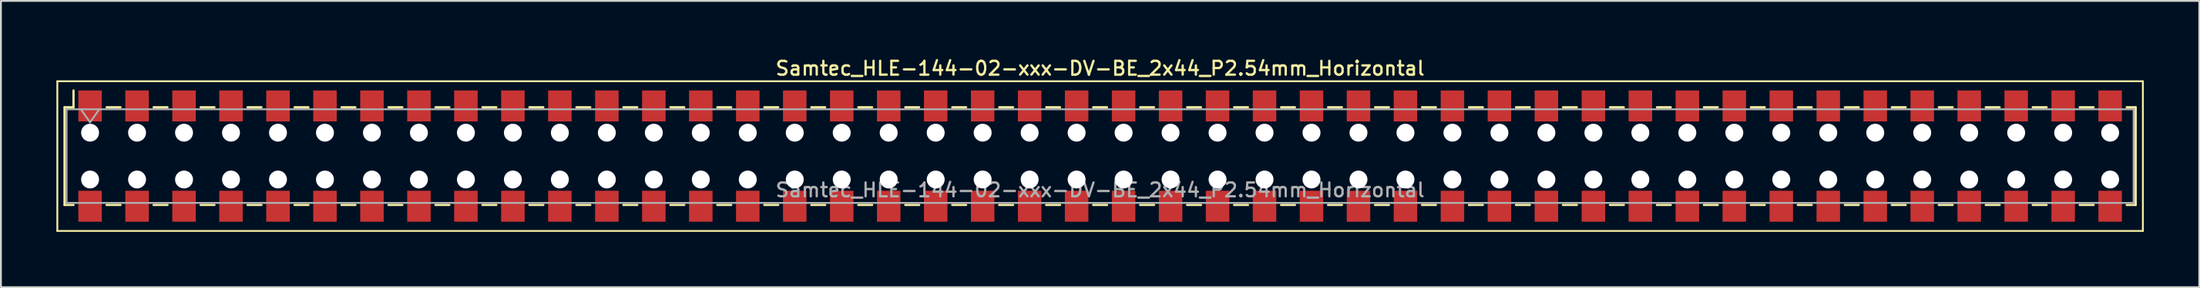
<source format=kicad_pcb>
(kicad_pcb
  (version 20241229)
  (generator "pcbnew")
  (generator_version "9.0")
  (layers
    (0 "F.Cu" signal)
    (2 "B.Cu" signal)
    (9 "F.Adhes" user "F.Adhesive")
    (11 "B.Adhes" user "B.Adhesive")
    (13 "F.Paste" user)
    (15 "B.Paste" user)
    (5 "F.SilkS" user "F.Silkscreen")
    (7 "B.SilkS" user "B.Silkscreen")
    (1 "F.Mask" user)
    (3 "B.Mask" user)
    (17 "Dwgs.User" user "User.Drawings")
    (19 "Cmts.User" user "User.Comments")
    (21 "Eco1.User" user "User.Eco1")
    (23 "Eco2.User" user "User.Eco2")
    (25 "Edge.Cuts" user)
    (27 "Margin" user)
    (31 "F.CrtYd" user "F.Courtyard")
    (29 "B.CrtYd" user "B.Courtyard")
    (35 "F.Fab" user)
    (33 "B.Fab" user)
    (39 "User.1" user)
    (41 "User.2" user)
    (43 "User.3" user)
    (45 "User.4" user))
  (footprint "Samtec_HLE-144-02-xxx-DV-BE_2x44_P2.54mm_Horizontal"
    (layer "F.Cu")
    (at 56.43 5.418)
    (property "Reference" "Samtec_HLE-144-02-xxx-DV-BE_2x44_P2.54mm_Horizontal" (at 0 -4.76 0) (layer "F.SilkS") (effects (font (size 0.75 0.75) (thickness 0.125))))
    (attr smd)
    (fp_line (start -56.38 -4.06) (end 56.38 -4.06) (stroke (width 0.1) (type solid)) (layer "F.SilkS"))
    (fp_line (start -56.38 4.06) (end -56.38 -4.06) (stroke (width 0.1) (type solid)) (layer "F.SilkS"))
    (fp_line (start -55.99 -2.65) (end -55.99 2.65) (stroke (width 0.12) (type solid)) (layer "F.SilkS"))
    (fp_line (start -55.99 2.65) (end -55.505 2.65) (stroke (width 0.12) (type solid)) (layer "F.SilkS"))
    (fp_line (start -55.505 -3.56) (end -55.505 -2.65) (stroke (width 0.12) (type solid)) (layer "F.SilkS"))
    (fp_line (start -55.505 -2.65) (end -55.99 -2.65) (stroke (width 0.12) (type solid)) (layer "F.SilkS"))
    (fp_line (start -53.715 -2.65) (end -52.965 -2.65) (stroke (width 0.12) (type solid)) (layer "F.SilkS"))
    (fp_line (start -53.715 2.65) (end -52.965 2.65) (stroke (width 0.12) (type solid)) (layer "F.SilkS"))
    (fp_line (start -51.175 -2.65) (end -50.425 -2.65) (stroke (width 0.12) (type solid)) (layer "F.SilkS"))
    (fp_line (start -51.175 2.65) (end -50.425 2.65) (stroke (width 0.12) (type solid)) (layer "F.SilkS"))
    (fp_line (start -48.635 -2.65) (end -47.885 -2.65) (stroke (width 0.12) (type solid)) (layer "F.SilkS"))
    (fp_line (start -48.635 2.65) (end -47.885 2.65) (stroke (width 0.12) (type solid)) (layer "F.SilkS"))
    (fp_line (start -46.095 -2.65) (end -45.345 -2.65) (stroke (width 0.12) (type solid)) (layer "F.SilkS"))
    (fp_line (start -46.095 2.65) (end -45.345 2.65) (stroke (width 0.12) (type solid)) (layer "F.SilkS"))
    (fp_line (start -43.555 -2.65) (end -42.805 -2.65) (stroke (width 0.12) (type solid)) (layer "F.SilkS"))
    (fp_line (start -43.555 2.65) (end -42.805 2.65) (stroke (width 0.12) (type solid)) (layer "F.SilkS"))
    (fp_line (start -41.015 -2.65) (end -40.265 -2.65) (stroke (width 0.12) (type solid)) (layer "F.SilkS"))
    (fp_line (start -41.015 2.65) (end -40.265 2.65) (stroke (width 0.12) (type solid)) (layer "F.SilkS"))
    (fp_line (start -38.475 -2.65) (end -37.725 -2.65) (stroke (width 0.12) (type solid)) (layer "F.SilkS"))
    (fp_line (start -38.475 2.65) (end -37.725 2.65) (stroke (width 0.12) (type solid)) (layer "F.SilkS"))
    (fp_line (start -35.935 -2.65) (end -35.185 -2.65) (stroke (width 0.12) (type solid)) (layer "F.SilkS"))
    (fp_line (start -35.935 2.65) (end -35.185 2.65) (stroke (width 0.12) (type solid)) (layer "F.SilkS"))
    (fp_line (start -33.395 -2.65) (end -32.645 -2.65) (stroke (width 0.12) (type solid)) (layer "F.SilkS"))
    (fp_line (start -33.395 2.65) (end -32.645 2.65) (stroke (width 0.12) (type solid)) (layer "F.SilkS"))
    (fp_line (start -30.855 -2.65) (end -30.105 -2.65) (stroke (width 0.12) (type solid)) (layer "F.SilkS"))
    (fp_line (start -30.855 2.65) (end -30.105 2.65) (stroke (width 0.12) (type solid)) (layer "F.SilkS"))
    (fp_line (start -28.315 -2.65) (end -27.565 -2.65) (stroke (width 0.12) (type solid)) (layer "F.SilkS"))
    (fp_line (start -28.315 2.65) (end -27.565 2.65) (stroke (width 0.12) (type solid)) (layer "F.SilkS"))
    (fp_line (start -25.775 -2.65) (end -25.025 -2.65) (stroke (width 0.12) (type solid)) (layer "F.SilkS"))
    (fp_line (start -25.775 2.65) (end -25.025 2.65) (stroke (width 0.12) (type solid)) (layer "F.SilkS"))
    (fp_line (start -23.235 -2.65) (end -22.485 -2.65) (stroke (width 0.12) (type solid)) (layer "F.SilkS"))
    (fp_line (start -23.235 2.65) (end -22.485 2.65) (stroke (width 0.12) (type solid)) (layer "F.SilkS"))
    (fp_line (start -20.695 -2.65) (end -19.945 -2.65) (stroke (width 0.12) (type solid)) (layer "F.SilkS"))
    (fp_line (start -20.695 2.65) (end -19.945 2.65) (stroke (width 0.12) (type solid)) (layer "F.SilkS"))
    (fp_line (start -18.155 -2.65) (end -17.405 -2.65) (stroke (width 0.12) (type solid)) (layer "F.SilkS"))
    (fp_line (start -18.155 2.65) (end -17.405 2.65) (stroke (width 0.12) (type solid)) (layer "F.SilkS"))
    (fp_line (start -15.615 -2.65) (end -14.865 -2.65) (stroke (width 0.12) (type solid)) (layer "F.SilkS"))
    (fp_line (start -15.615 2.65) (end -14.865 2.65) (stroke (width 0.12) (type solid)) (layer "F.SilkS"))
    (fp_line (start -13.075 -2.65) (end -12.325 -2.65) (stroke (width 0.12) (type solid)) (layer "F.SilkS"))
    (fp_line (start -13.075 2.65) (end -12.325 2.65) (stroke (width 0.12) (type solid)) (layer "F.SilkS"))
    (fp_line (start -10.535 -2.65) (end -9.785 -2.65) (stroke (width 0.12) (type solid)) (layer "F.SilkS"))
    (fp_line (start -10.535 2.65) (end -9.785 2.65) (stroke (width 0.12) (type solid)) (layer "F.SilkS"))
    (fp_line (start -7.995 -2.65) (end -7.245 -2.65) (stroke (width 0.12) (type solid)) (layer "F.SilkS"))
    (fp_line (start -7.995 2.65) (end -7.245 2.65) (stroke (width 0.12) (type solid)) (layer "F.SilkS"))
    (fp_line (start -5.455 -2.65) (end -4.705 -2.65) (stroke (width 0.12) (type solid)) (layer "F.SilkS"))
    (fp_line (start -5.455 2.65) (end -4.705 2.65) (stroke (width 0.12) (type solid)) (layer "F.SilkS"))
    (fp_line (start -2.915 -2.65) (end -2.165 -2.65) (stroke (width 0.12) (type solid)) (layer "F.SilkS"))
    (fp_line (start -2.915 2.65) (end -2.165 2.65) (stroke (width 0.12) (type solid)) (layer "F.SilkS"))
    (fp_line (start -0.375 -2.65) (end 0.375 -2.65) (stroke (width 0.12) (type solid)) (layer "F.SilkS"))
    (fp_line (start -0.375 2.65) (end 0.375 2.65) (stroke (width 0.12) (type solid)) (layer "F.SilkS"))
    (fp_line (start 2.165 -2.65) (end 2.915 -2.65) (stroke (width 0.12) (type solid)) (layer "F.SilkS"))
    (fp_line (start 2.165 2.65) (end 2.915 2.65) (stroke (width 0.12) (type solid)) (layer "F.SilkS"))
    (fp_line (start 4.705 -2.65) (end 5.455 -2.65) (stroke (width 0.12) (type solid)) (layer "F.SilkS"))
    (fp_line (start 4.705 2.65) (end 5.455 2.65) (stroke (width 0.12) (type solid)) (layer "F.SilkS"))
    (fp_line (start 7.245 -2.65) (end 7.995 -2.65) (stroke (width 0.12) (type solid)) (layer "F.SilkS"))
    (fp_line (start 7.245 2.65) (end 7.995 2.65) (stroke (width 0.12) (type solid)) (layer "F.SilkS"))
    (fp_line (start 9.785 -2.65) (end 10.535 -2.65) (stroke (width 0.12) (type solid)) (layer "F.SilkS"))
    (fp_line (start 9.785 2.65) (end 10.535 2.65) (stroke (width 0.12) (type solid)) (layer "F.SilkS"))
    (fp_line (start 12.325 -2.65) (end 13.075 -2.65) (stroke (width 0.12) (type solid)) (layer "F.SilkS"))
    (fp_line (start 12.325 2.65) (end 13.075 2.65) (stroke (width 0.12) (type solid)) (layer "F.SilkS"))
    (fp_line (start 14.865 -2.65) (end 15.615 -2.65) (stroke (width 0.12) (type solid)) (layer "F.SilkS"))
    (fp_line (start 14.865 2.65) (end 15.615 2.65) (stroke (width 0.12) (type solid)) (layer "F.SilkS"))
    (fp_line (start 17.405 -2.65) (end 18.155 -2.65) (stroke (width 0.12) (type solid)) (layer "F.SilkS"))
    (fp_line (start 17.405 2.65) (end 18.155 2.65) (stroke (width 0.12) (type solid)) (layer "F.SilkS"))
    (fp_line (start 19.945 -2.65) (end 20.695 -2.65) (stroke (width 0.12) (type solid)) (layer "F.SilkS"))
    (fp_line (start 19.945 2.65) (end 20.695 2.65) (stroke (width 0.12) (type solid)) (layer "F.SilkS"))
    (fp_line (start 22.485 -2.65) (end 23.235 -2.65) (stroke (width 0.12) (type solid)) (layer "F.SilkS"))
    (fp_line (start 22.485 2.65) (end 23.235 2.65) (stroke (width 0.12) (type solid)) (layer "F.SilkS"))
    (fp_line (start 25.025 -2.65) (end 25.775 -2.65) (stroke (width 0.12) (type solid)) (layer "F.SilkS"))
    (fp_line (start 25.025 2.65) (end 25.775 2.65) (stroke (width 0.12) (type solid)) (layer "F.SilkS"))
    (fp_line (start 27.565 -2.65) (end 28.315 -2.65) (stroke (width 0.12) (type solid)) (layer "F.SilkS"))
    (fp_line (start 27.565 2.65) (end 28.315 2.65) (stroke (width 0.12) (type solid)) (layer "F.SilkS"))
    (fp_line (start 30.105 -2.65) (end 30.855 -2.65) (stroke (width 0.12) (type solid)) (layer "F.SilkS"))
    (fp_line (start 30.105 2.65) (end 30.855 2.65) (stroke (width 0.12) (type solid)) (layer "F.SilkS"))
    (fp_line (start 32.645 -2.65) (end 33.395 -2.65) (stroke (width 0.12) (type solid)) (layer "F.SilkS"))
    (fp_line (start 32.645 2.65) (end 33.395 2.65) (stroke (width 0.12) (type solid)) (layer "F.SilkS"))
    (fp_line (start 35.185 -2.65) (end 35.935 -2.65) (stroke (width 0.12) (type solid)) (layer "F.SilkS"))
    (fp_line (start 35.185 2.65) (end 35.935 2.65) (stroke (width 0.12) (type solid)) (layer "F.SilkS"))
    (fp_line (start 37.725 -2.65) (end 38.475 -2.65) (stroke (width 0.12) (type solid)) (layer "F.SilkS"))
    (fp_line (start 37.725 2.65) (end 38.475 2.65) (stroke (width 0.12) (type solid)) (layer "F.SilkS"))
    (fp_line (start 40.265 -2.65) (end 41.015 -2.65) (stroke (width 0.12) (type solid)) (layer "F.SilkS"))
    (fp_line (start 40.265 2.65) (end 41.015 2.65) (stroke (width 0.12) (type solid)) (layer "F.SilkS"))
    (fp_line (start 42.805 -2.65) (end 43.555 -2.65) (stroke (width 0.12) (type solid)) (layer "F.SilkS"))
    (fp_line (start 42.805 2.65) (end 43.555 2.65) (stroke (width 0.12) (type solid)) (layer "F.SilkS"))
    (fp_line (start 45.345 -2.65) (end 46.095 -2.65) (stroke (width 0.12) (type solid)) (layer "F.SilkS"))
    (fp_line (start 45.345 2.65) (end 46.095 2.65) (stroke (width 0.12) (type solid)) (layer "F.SilkS"))
    (fp_line (start 47.885 -2.65) (end 48.635 -2.65) (stroke (width 0.12) (type solid)) (layer "F.SilkS"))
    (fp_line (start 47.885 2.65) (end 48.635 2.65) (stroke (width 0.12) (type solid)) (layer "F.SilkS"))
    (fp_line (start 50.425 -2.65) (end 51.175 -2.65) (stroke (width 0.12) (type solid)) (layer "F.SilkS"))
    (fp_line (start 50.425 2.65) (end 51.175 2.65) (stroke (width 0.12) (type solid)) (layer "F.SilkS"))
    (fp_line (start 52.965 -2.65) (end 53.715 -2.65) (stroke (width 0.12) (type solid)) (layer "F.SilkS"))
    (fp_line (start 52.965 2.65) (end 53.715 2.65) (stroke (width 0.12) (type solid)) (layer "F.SilkS"))
    (fp_line (start 55.505 -2.65) (end 55.99 -2.65) (stroke (width 0.12) (type solid)) (layer "F.SilkS"))
    (fp_line (start 55.99 -2.65) (end 55.99 2.65) (stroke (width 0.12) (type solid)) (layer "F.SilkS"))
    (fp_line (start 55.99 2.65) (end 55.505 2.65) (stroke (width 0.12) (type solid)) (layer "F.SilkS"))
    (fp_line (start 56.38 -4.06) (end 56.38 4.06) (stroke (width 0.1) (type solid)) (layer "F.SilkS"))
    (fp_line (start 56.38 4.06) (end -56.38 4.06) (stroke (width 0.1) (type solid)) (layer "F.SilkS"))
    (fp_line (start -55.88 -2.54) (end 55.88 -2.54) (stroke (width 0.1) (type solid)) (layer "F.Fab"))
    (fp_line (start -55.88 2.54) (end -55.88 -2.54) (stroke (width 0.1) (type solid)) (layer "F.Fab"))
    (fp_line (start -55.11 -2.54) (end -54.61 -1.833) (stroke (width 0.1) (type solid)) (layer "F.Fab"))
    (fp_line (start -54.61 -1.833) (end -54.11 -2.54) (stroke (width 0.1) (type solid)) (layer "F.Fab"))
    (fp_line (start 55.88 -2.54) (end 55.88 2.54) (stroke (width 0.1) (type solid)) (layer "F.Fab"))
    (fp_line (start 55.88 2.54) (end -55.88 2.54) (stroke (width 0.1) (type solid)) (layer "F.Fab"))
    (fp_text user "${REFERENCE}" (at 0 1.84 0) (layer "F.Fab") (effects (font (size 0.75 0.75) (thickness 0.125))))
    (pad "" np_thru_hole circle (at -54.61 -1.27) (size 0.97 0.97) (drill 0.97) (layers "*.Cu" "*.Mask"))
    (pad "" np_thru_hole circle (at -54.61 1.27) (size 0.97 0.97) (drill 0.97) (layers "*.Cu" "*.Mask"))
    (pad "" np_thru_hole circle (at -52.07 -1.27) (size 0.97 0.97) (drill 0.97) (layers "*.Cu" "*.Mask"))
    (pad "" np_thru_hole circle (at -52.07 1.27) (size 0.97 0.97) (drill 0.97) (layers "*.Cu" "*.Mask"))
    (pad "" np_thru_hole circle (at -49.53 -1.27) (size 0.97 0.97) (drill 0.97) (layers "*.Cu" "*.Mask"))
    (pad "" np_thru_hole circle (at -49.53 1.27) (size 0.97 0.97) (drill 0.97) (layers "*.Cu" "*.Mask"))
    (pad "" np_thru_hole circle (at -46.99 -1.27) (size 0.97 0.97) (drill 0.97) (layers "*.Cu" "*.Mask"))
    (pad "" np_thru_hole circle (at -46.99 1.27) (size 0.97 0.97) (drill 0.97) (layers "*.Cu" "*.Mask"))
    (pad "" np_thru_hole circle (at -44.45 -1.27) (size 0.97 0.97) (drill 0.97) (layers "*.Cu" "*.Mask"))
    (pad "" np_thru_hole circle (at -44.45 1.27) (size 0.97 0.97) (drill 0.97) (layers "*.Cu" "*.Mask"))
    (pad "" np_thru_hole circle (at -41.91 -1.27) (size 0.97 0.97) (drill 0.97) (layers "*.Cu" "*.Mask"))
    (pad "" np_thru_hole circle (at -41.91 1.27) (size 0.97 0.97) (drill 0.97) (layers "*.Cu" "*.Mask"))
    (pad "" np_thru_hole circle (at -39.37 -1.27) (size 0.97 0.97) (drill 0.97) (layers "*.Cu" "*.Mask"))
    (pad "" np_thru_hole circle (at -39.37 1.27) (size 0.97 0.97) (drill 0.97) (layers "*.Cu" "*.Mask"))
    (pad "" np_thru_hole circle (at -36.83 -1.27) (size 0.97 0.97) (drill 0.97) (layers "*.Cu" "*.Mask"))
    (pad "" np_thru_hole circle (at -36.83 1.27) (size 0.97 0.97) (drill 0.97) (layers "*.Cu" "*.Mask"))
    (pad "" np_thru_hole circle (at -34.29 -1.27) (size 0.97 0.97) (drill 0.97) (layers "*.Cu" "*.Mask"))
    (pad "" np_thru_hole circle (at -34.29 1.27) (size 0.97 0.97) (drill 0.97) (layers "*.Cu" "*.Mask"))
    (pad "" np_thru_hole circle (at -31.75 -1.27) (size 0.97 0.97) (drill 0.97) (layers "*.Cu" "*.Mask"))
    (pad "" np_thru_hole circle (at -31.75 1.27) (size 0.97 0.97) (drill 0.97) (layers "*.Cu" "*.Mask"))
    (pad "" np_thru_hole circle (at -29.21 -1.27) (size 0.97 0.97) (drill 0.97) (layers "*.Cu" "*.Mask"))
    (pad "" np_thru_hole circle (at -29.21 1.27) (size 0.97 0.97) (drill 0.97) (layers "*.Cu" "*.Mask"))
    (pad "" np_thru_hole circle (at -26.67 -1.27) (size 0.97 0.97) (drill 0.97) (layers "*.Cu" "*.Mask"))
    (pad "" np_thru_hole circle (at -26.67 1.27) (size 0.97 0.97) (drill 0.97) (layers "*.Cu" "*.Mask"))
    (pad "" np_thru_hole circle (at -24.13 -1.27) (size 0.97 0.97) (drill 0.97) (layers "*.Cu" "*.Mask"))
    (pad "" np_thru_hole circle (at -24.13 1.27) (size 0.97 0.97) (drill 0.97) (layers "*.Cu" "*.Mask"))
    (pad "" np_thru_hole circle (at -21.59 -1.27) (size 0.97 0.97) (drill 0.97) (layers "*.Cu" "*.Mask"))
    (pad "" np_thru_hole circle (at -21.59 1.27) (size 0.97 0.97) (drill 0.97) (layers "*.Cu" "*.Mask"))
    (pad "" np_thru_hole circle (at -19.05 -1.27) (size 0.97 0.97) (drill 0.97) (layers "*.Cu" "*.Mask"))
    (pad "" np_thru_hole circle (at -19.05 1.27) (size 0.97 0.97) (drill 0.97) (layers "*.Cu" "*.Mask"))
    (pad "" np_thru_hole circle (at -16.51 -1.27) (size 0.97 0.97) (drill 0.97) (layers "*.Cu" "*.Mask"))
    (pad "" np_thru_hole circle (at -16.51 1.27) (size 0.97 0.97) (drill 0.97) (layers "*.Cu" "*.Mask"))
    (pad "" np_thru_hole circle (at -13.97 -1.27) (size 0.97 0.97) (drill 0.97) (layers "*.Cu" "*.Mask"))
    (pad "" np_thru_hole circle (at -13.97 1.27) (size 0.97 0.97) (drill 0.97) (layers "*.Cu" "*.Mask"))
    (pad "" np_thru_hole circle (at -11.43 -1.27) (size 0.97 0.97) (drill 0.97) (layers "*.Cu" "*.Mask"))
    (pad "" np_thru_hole circle (at -11.43 1.27) (size 0.97 0.97) (drill 0.97) (layers "*.Cu" "*.Mask"))
    (pad "" np_thru_hole circle (at -8.89 -1.27) (size 0.97 0.97) (drill 0.97) (layers "*.Cu" "*.Mask"))
    (pad "" np_thru_hole circle (at -8.89 1.27) (size 0.97 0.97) (drill 0.97) (layers "*.Cu" "*.Mask"))
    (pad "" np_thru_hole circle (at -6.35 -1.27) (size 0.97 0.97) (drill 0.97) (layers "*.Cu" "*.Mask"))
    (pad "" np_thru_hole circle (at -6.35 1.27) (size 0.97 0.97) (drill 0.97) (layers "*.Cu" "*.Mask"))
    (pad "" np_thru_hole circle (at -3.81 -1.27) (size 0.97 0.97) (drill 0.97) (layers "*.Cu" "*.Mask"))
    (pad "" np_thru_hole circle (at -3.81 1.27) (size 0.97 0.97) (drill 0.97) (layers "*.Cu" "*.Mask"))
    (pad "" np_thru_hole circle (at -1.27 -1.27) (size 0.97 0.97) (drill 0.97) (layers "*.Cu" "*.Mask"))
    (pad "" np_thru_hole circle (at -1.27 1.27) (size 0.97 0.97) (drill 0.97) (layers "*.Cu" "*.Mask"))
    (pad "" np_thru_hole circle (at 1.27 -1.27) (size 0.97 0.97) (drill 0.97) (layers "*.Cu" "*.Mask"))
    (pad "" np_thru_hole circle (at 1.27 1.27) (size 0.97 0.97) (drill 0.97) (layers "*.Cu" "*.Mask"))
    (pad "" np_thru_hole circle (at 3.81 -1.27) (size 0.97 0.97) (drill 0.97) (layers "*.Cu" "*.Mask"))
    (pad "" np_thru_hole circle (at 3.81 1.27) (size 0.97 0.97) (drill 0.97) (layers "*.Cu" "*.Mask"))
    (pad "" np_thru_hole circle (at 6.35 -1.27) (size 0.97 0.97) (drill 0.97) (layers "*.Cu" "*.Mask"))
    (pad "" np_thru_hole circle (at 6.35 1.27) (size 0.97 0.97) (drill 0.97) (layers "*.Cu" "*.Mask"))
    (pad "" np_thru_hole circle (at 8.89 -1.27) (size 0.97 0.97) (drill 0.97) (layers "*.Cu" "*.Mask"))
    (pad "" np_thru_hole circle (at 8.89 1.27) (size 0.97 0.97) (drill 0.97) (layers "*.Cu" "*.Mask"))
    (pad "" np_thru_hole circle (at 11.43 -1.27) (size 0.97 0.97) (drill 0.97) (layers "*.Cu" "*.Mask"))
    (pad "" np_thru_hole circle (at 11.43 1.27) (size 0.97 0.97) (drill 0.97) (layers "*.Cu" "*.Mask"))
    (pad "" np_thru_hole circle (at 13.97 -1.27) (size 0.97 0.97) (drill 0.97) (layers "*.Cu" "*.Mask"))
    (pad "" np_thru_hole circle (at 13.97 1.27) (size 0.97 0.97) (drill 0.97) (layers "*.Cu" "*.Mask"))
    (pad "" np_thru_hole circle (at 16.51 -1.27) (size 0.97 0.97) (drill 0.97) (layers "*.Cu" "*.Mask"))
    (pad "" np_thru_hole circle (at 16.51 1.27) (size 0.97 0.97) (drill 0.97) (layers "*.Cu" "*.Mask"))
    (pad "" np_thru_hole circle (at 19.05 -1.27) (size 0.97 0.97) (drill 0.97) (layers "*.Cu" "*.Mask"))
    (pad "" np_thru_hole circle (at 19.05 1.27) (size 0.97 0.97) (drill 0.97) (layers "*.Cu" "*.Mask"))
    (pad "" np_thru_hole circle (at 21.59 -1.27) (size 0.97 0.97) (drill 0.97) (layers "*.Cu" "*.Mask"))
    (pad "" np_thru_hole circle (at 21.59 1.27) (size 0.97 0.97) (drill 0.97) (layers "*.Cu" "*.Mask"))
    (pad "" np_thru_hole circle (at 24.13 -1.27) (size 0.97 0.97) (drill 0.97) (layers "*.Cu" "*.Mask"))
    (pad "" np_thru_hole circle (at 24.13 1.27) (size 0.97 0.97) (drill 0.97) (layers "*.Cu" "*.Mask"))
    (pad "" np_thru_hole circle (at 26.67 -1.27) (size 0.97 0.97) (drill 0.97) (layers "*.Cu" "*.Mask"))
    (pad "" np_thru_hole circle (at 26.67 1.27) (size 0.97 0.97) (drill 0.97) (layers "*.Cu" "*.Mask"))
    (pad "" np_thru_hole circle (at 29.21 -1.27) (size 0.97 0.97) (drill 0.97) (layers "*.Cu" "*.Mask"))
    (pad "" np_thru_hole circle (at 29.21 1.27) (size 0.97 0.97) (drill 0.97) (layers "*.Cu" "*.Mask"))
    (pad "" np_thru_hole circle (at 31.75 -1.27) (size 0.97 0.97) (drill 0.97) (layers "*.Cu" "*.Mask"))
    (pad "" np_thru_hole circle (at 31.75 1.27) (size 0.97 0.97) (drill 0.97) (layers "*.Cu" "*.Mask"))
    (pad "" np_thru_hole circle (at 34.29 -1.27) (size 0.97 0.97) (drill 0.97) (layers "*.Cu" "*.Mask"))
    (pad "" np_thru_hole circle (at 34.29 1.27) (size 0.97 0.97) (drill 0.97) (layers "*.Cu" "*.Mask"))
    (pad "" np_thru_hole circle (at 36.83 -1.27) (size 0.97 0.97) (drill 0.97) (layers "*.Cu" "*.Mask"))
    (pad "" np_thru_hole circle (at 36.83 1.27) (size 0.97 0.97) (drill 0.97) (layers "*.Cu" "*.Mask"))
    (pad "" np_thru_hole circle (at 39.37 -1.27) (size 0.97 0.97) (drill 0.97) (layers "*.Cu" "*.Mask"))
    (pad "" np_thru_hole circle (at 39.37 1.27) (size 0.97 0.97) (drill 0.97) (layers "*.Cu" "*.Mask"))
    (pad "" np_thru_hole circle (at 41.91 -1.27) (size 0.97 0.97) (drill 0.97) (layers "*.Cu" "*.Mask"))
    (pad "" np_thru_hole circle (at 41.91 1.27) (size 0.97 0.97) (drill 0.97) (layers "*.Cu" "*.Mask"))
    (pad "" np_thru_hole circle (at 44.45 -1.27) (size 0.97 0.97) (drill 0.97) (layers "*.Cu" "*.Mask"))
    (pad "" np_thru_hole circle (at 44.45 1.27) (size 0.97 0.97) (drill 0.97) (layers "*.Cu" "*.Mask"))
    (pad "" np_thru_hole circle (at 46.99 -1.27) (size 0.97 0.97) (drill 0.97) (layers "*.Cu" "*.Mask"))
    (pad "" np_thru_hole circle (at 46.99 1.27) (size 0.97 0.97) (drill 0.97) (layers "*.Cu" "*.Mask"))
    (pad "" np_thru_hole circle (at 49.53 -1.27) (size 0.97 0.97) (drill 0.97) (layers "*.Cu" "*.Mask"))
    (pad "" np_thru_hole circle (at 49.53 1.27) (size 0.97 0.97) (drill 0.97) (layers "*.Cu" "*.Mask"))
    (pad "" np_thru_hole circle (at 52.07 -1.27) (size 0.97 0.97) (drill 0.97) (layers "*.Cu" "*.Mask"))
    (pad "" np_thru_hole circle (at 52.07 1.27) (size 0.97 0.97) (drill 0.97) (layers "*.Cu" "*.Mask"))
    (pad "" np_thru_hole circle (at 54.61 -1.27) (size 0.97 0.97) (drill 0.97) (layers "*.Cu" "*.Mask"))
    (pad "" np_thru_hole circle (at 54.61 1.27) (size 0.97 0.97) (drill 0.97) (layers "*.Cu" "*.Mask"))
    (pad "1" smd rect (at -54.61 -2.72) (size 1.27 1.68) (layers "F.Cu" "F.Mask" "F.Paste"))
    (pad "2" smd rect (at -54.61 2.72) (size 1.27 1.68) (layers "F.Cu" "F.Mask" "F.Paste"))
    (pad "3" smd rect (at -52.07 -2.72) (size 1.27 1.68) (layers "F.Cu" "F.Mask" "F.Paste"))
    (pad "4" smd rect (at -52.07 2.72) (size 1.27 1.68) (layers "F.Cu" "F.Mask" "F.Paste"))
    (pad "5" smd rect (at -49.53 -2.72) (size 1.27 1.68) (layers "F.Cu" "F.Mask" "F.Paste"))
    (pad "6" smd rect (at -49.53 2.72) (size 1.27 1.68) (layers "F.Cu" "F.Mask" "F.Paste"))
    (pad "7" smd rect (at -46.99 -2.72) (size 1.27 1.68) (layers "F.Cu" "F.Mask" "F.Paste"))
    (pad "8" smd rect (at -46.99 2.72) (size 1.27 1.68) (layers "F.Cu" "F.Mask" "F.Paste"))
    (pad "9" smd rect (at -44.45 -2.72) (size 1.27 1.68) (layers "F.Cu" "F.Mask" "F.Paste"))
    (pad "10" smd rect (at -44.45 2.72) (size 1.27 1.68) (layers "F.Cu" "F.Mask" "F.Paste"))
    (pad "11" smd rect (at -41.91 -2.72) (size 1.27 1.68) (layers "F.Cu" "F.Mask" "F.Paste"))
    (pad "12" smd rect (at -41.91 2.72) (size 1.27 1.68) (layers "F.Cu" "F.Mask" "F.Paste"))
    (pad "13" smd rect (at -39.37 -2.72) (size 1.27 1.68) (layers "F.Cu" "F.Mask" "F.Paste"))
    (pad "14" smd rect (at -39.37 2.72) (size 1.27 1.68) (layers "F.Cu" "F.Mask" "F.Paste"))
    (pad "15" smd rect (at -36.83 -2.72) (size 1.27 1.68) (layers "F.Cu" "F.Mask" "F.Paste"))
    (pad "16" smd rect (at -36.83 2.72) (size 1.27 1.68) (layers "F.Cu" "F.Mask" "F.Paste"))
    (pad "17" smd rect (at -34.29 -2.72) (size 1.27 1.68) (layers "F.Cu" "F.Mask" "F.Paste"))
    (pad "18" smd rect (at -34.29 2.72) (size 1.27 1.68) (layers "F.Cu" "F.Mask" "F.Paste"))
    (pad "19" smd rect (at -31.75 -2.72) (size 1.27 1.68) (layers "F.Cu" "F.Mask" "F.Paste"))
    (pad "20" smd rect (at -31.75 2.72) (size 1.27 1.68) (layers "F.Cu" "F.Mask" "F.Paste"))
    (pad "21" smd rect (at -29.21 -2.72) (size 1.27 1.68) (layers "F.Cu" "F.Mask" "F.Paste"))
    (pad "22" smd rect (at -29.21 2.72) (size 1.27 1.68) (layers "F.Cu" "F.Mask" "F.Paste"))
    (pad "23" smd rect (at -26.67 -2.72) (size 1.27 1.68) (layers "F.Cu" "F.Mask" "F.Paste"))
    (pad "24" smd rect (at -26.67 2.72) (size 1.27 1.68) (layers "F.Cu" "F.Mask" "F.Paste"))
    (pad "25" smd rect (at -24.13 -2.72) (size 1.27 1.68) (layers "F.Cu" "F.Mask" "F.Paste"))
    (pad "26" smd rect (at -24.13 2.72) (size 1.27 1.68) (layers "F.Cu" "F.Mask" "F.Paste"))
    (pad "27" smd rect (at -21.59 -2.72) (size 1.27 1.68) (layers "F.Cu" "F.Mask" "F.Paste"))
    (pad "28" smd rect (at -21.59 2.72) (size 1.27 1.68) (layers "F.Cu" "F.Mask" "F.Paste"))
    (pad "29" smd rect (at -19.05 -2.72) (size 1.27 1.68) (layers "F.Cu" "F.Mask" "F.Paste"))
    (pad "30" smd rect (at -19.05 2.72) (size 1.27 1.68) (layers "F.Cu" "F.Mask" "F.Paste"))
    (pad "31" smd rect (at -16.51 -2.72) (size 1.27 1.68) (layers "F.Cu" "F.Mask" "F.Paste"))
    (pad "32" smd rect (at -16.51 2.72) (size 1.27 1.68) (layers "F.Cu" "F.Mask" "F.Paste"))
    (pad "33" smd rect (at -13.97 -2.72) (size 1.27 1.68) (layers "F.Cu" "F.Mask" "F.Paste"))
    (pad "34" smd rect (at -13.97 2.72) (size 1.27 1.68) (layers "F.Cu" "F.Mask" "F.Paste"))
    (pad "35" smd rect (at -11.43 -2.72) (size 1.27 1.68) (layers "F.Cu" "F.Mask" "F.Paste"))
    (pad "36" smd rect (at -11.43 2.72) (size 1.27 1.68) (layers "F.Cu" "F.Mask" "F.Paste"))
    (pad "37" smd rect (at -8.89 -2.72) (size 1.27 1.68) (layers "F.Cu" "F.Mask" "F.Paste"))
    (pad "38" smd rect (at -8.89 2.72) (size 1.27 1.68) (layers "F.Cu" "F.Mask" "F.Paste"))
    (pad "39" smd rect (at -6.35 -2.72) (size 1.27 1.68) (layers "F.Cu" "F.Mask" "F.Paste"))
    (pad "40" smd rect (at -6.35 2.72) (size 1.27 1.68) (layers "F.Cu" "F.Mask" "F.Paste"))
    (pad "41" smd rect (at -3.81 -2.72) (size 1.27 1.68) (layers "F.Cu" "F.Mask" "F.Paste"))
    (pad "42" smd rect (at -3.81 2.72) (size 1.27 1.68) (layers "F.Cu" "F.Mask" "F.Paste"))
    (pad "43" smd rect (at -1.27 -2.72) (size 1.27 1.68) (layers "F.Cu" "F.Mask" "F.Paste"))
    (pad "44" smd rect (at -1.27 2.72) (size 1.27 1.68) (layers "F.Cu" "F.Mask" "F.Paste"))
    (pad "45" smd rect (at 1.27 -2.72) (size 1.27 1.68) (layers "F.Cu" "F.Mask" "F.Paste"))
    (pad "46" smd rect (at 1.27 2.72) (size 1.27 1.68) (layers "F.Cu" "F.Mask" "F.Paste"))
    (pad "47" smd rect (at 3.81 -2.72) (size 1.27 1.68) (layers "F.Cu" "F.Mask" "F.Paste"))
    (pad "48" smd rect (at 3.81 2.72) (size 1.27 1.68) (layers "F.Cu" "F.Mask" "F.Paste"))
    (pad "49" smd rect (at 6.35 -2.72) (size 1.27 1.68) (layers "F.Cu" "F.Mask" "F.Paste"))
    (pad "50" smd rect (at 6.35 2.72) (size 1.27 1.68) (layers "F.Cu" "F.Mask" "F.Paste"))
    (pad "51" smd rect (at 8.89 -2.72) (size 1.27 1.68) (layers "F.Cu" "F.Mask" "F.Paste"))
    (pad "52" smd rect (at 8.89 2.72) (size 1.27 1.68) (layers "F.Cu" "F.Mask" "F.Paste"))
    (pad "53" smd rect (at 11.43 -2.72) (size 1.27 1.68) (layers "F.Cu" "F.Mask" "F.Paste"))
    (pad "54" smd rect (at 11.43 2.72) (size 1.27 1.68) (layers "F.Cu" "F.Mask" "F.Paste"))
    (pad "55" smd rect (at 13.97 -2.72) (size 1.27 1.68) (layers "F.Cu" "F.Mask" "F.Paste"))
    (pad "56" smd rect (at 13.97 2.72) (size 1.27 1.68) (layers "F.Cu" "F.Mask" "F.Paste"))
    (pad "57" smd rect (at 16.51 -2.72) (size 1.27 1.68) (layers "F.Cu" "F.Mask" "F.Paste"))
    (pad "58" smd rect (at 16.51 2.72) (size 1.27 1.68) (layers "F.Cu" "F.Mask" "F.Paste"))
    (pad "59" smd rect (at 19.05 -2.72) (size 1.27 1.68) (layers "F.Cu" "F.Mask" "F.Paste"))
    (pad "60" smd rect (at 19.05 2.72) (size 1.27 1.68) (layers "F.Cu" "F.Mask" "F.Paste"))
    (pad "61" smd rect (at 21.59 -2.72) (size 1.27 1.68) (layers "F.Cu" "F.Mask" "F.Paste"))
    (pad "62" smd rect (at 21.59 2.72) (size 1.27 1.68) (layers "F.Cu" "F.Mask" "F.Paste"))
    (pad "63" smd rect (at 24.13 -2.72) (size 1.27 1.68) (layers "F.Cu" "F.Mask" "F.Paste"))
    (pad "64" smd rect (at 24.13 2.72) (size 1.27 1.68) (layers "F.Cu" "F.Mask" "F.Paste"))
    (pad "65" smd rect (at 26.67 -2.72) (size 1.27 1.68) (layers "F.Cu" "F.Mask" "F.Paste"))
    (pad "66" smd rect (at 26.67 2.72) (size 1.27 1.68) (layers "F.Cu" "F.Mask" "F.Paste"))
    (pad "67" smd rect (at 29.21 -2.72) (size 1.27 1.68) (layers "F.Cu" "F.Mask" "F.Paste"))
    (pad "68" smd rect (at 29.21 2.72) (size 1.27 1.68) (layers "F.Cu" "F.Mask" "F.Paste"))
    (pad "69" smd rect (at 31.75 -2.72) (size 1.27 1.68) (layers "F.Cu" "F.Mask" "F.Paste"))
    (pad "70" smd rect (at 31.75 2.72) (size 1.27 1.68) (layers "F.Cu" "F.Mask" "F.Paste"))
    (pad "71" smd rect (at 34.29 -2.72) (size 1.27 1.68) (layers "F.Cu" "F.Mask" "F.Paste"))
    (pad "72" smd rect (at 34.29 2.72) (size 1.27 1.68) (layers "F.Cu" "F.Mask" "F.Paste"))
    (pad "73" smd rect (at 36.83 -2.72) (size 1.27 1.68) (layers "F.Cu" "F.Mask" "F.Paste"))
    (pad "74" smd rect (at 36.83 2.72) (size 1.27 1.68) (layers "F.Cu" "F.Mask" "F.Paste"))
    (pad "75" smd rect (at 39.37 -2.72) (size 1.27 1.68) (layers "F.Cu" "F.Mask" "F.Paste"))
    (pad "76" smd rect (at 39.37 2.72) (size 1.27 1.68) (layers "F.Cu" "F.Mask" "F.Paste"))
    (pad "77" smd rect (at 41.91 -2.72) (size 1.27 1.68) (layers "F.Cu" "F.Mask" "F.Paste"))
    (pad "78" smd rect (at 41.91 2.72) (size 1.27 1.68) (layers "F.Cu" "F.Mask" "F.Paste"))
    (pad "79" smd rect (at 44.45 -2.72) (size 1.27 1.68) (layers "F.Cu" "F.Mask" "F.Paste"))
    (pad "80" smd rect (at 44.45 2.72) (size 1.27 1.68) (layers "F.Cu" "F.Mask" "F.Paste"))
    (pad "81" smd rect (at 46.99 -2.72) (size 1.27 1.68) (layers "F.Cu" "F.Mask" "F.Paste"))
    (pad "82" smd rect (at 46.99 2.72) (size 1.27 1.68) (layers "F.Cu" "F.Mask" "F.Paste"))
    (pad "83" smd rect (at 49.53 -2.72) (size 1.27 1.68) (layers "F.Cu" "F.Mask" "F.Paste"))
    (pad "84" smd rect (at 49.53 2.72) (size 1.27 1.68) (layers "F.Cu" "F.Mask" "F.Paste"))
    (pad "85" smd rect (at 52.07 -2.72) (size 1.27 1.68) (layers "F.Cu" "F.Mask" "F.Paste"))
    (pad "86" smd rect (at 52.07 2.72) (size 1.27 1.68) (layers "F.Cu" "F.Mask" "F.Paste"))
    (pad "87" smd rect (at 54.61 -2.72) (size 1.27 1.68) (layers "F.Cu" "F.Mask" "F.Paste"))
    (pad "88" smd rect (at 54.61 2.72) (size 1.27 1.68) (layers "F.Cu" "F.Mask" "F.Paste")))
  (gr_rect
    (start -3 -3)
    (end 115.86 12.528)
    (stroke (width 0.1) (type default))
    (fill no)
    (layer "Edge.Cuts")))
</source>
